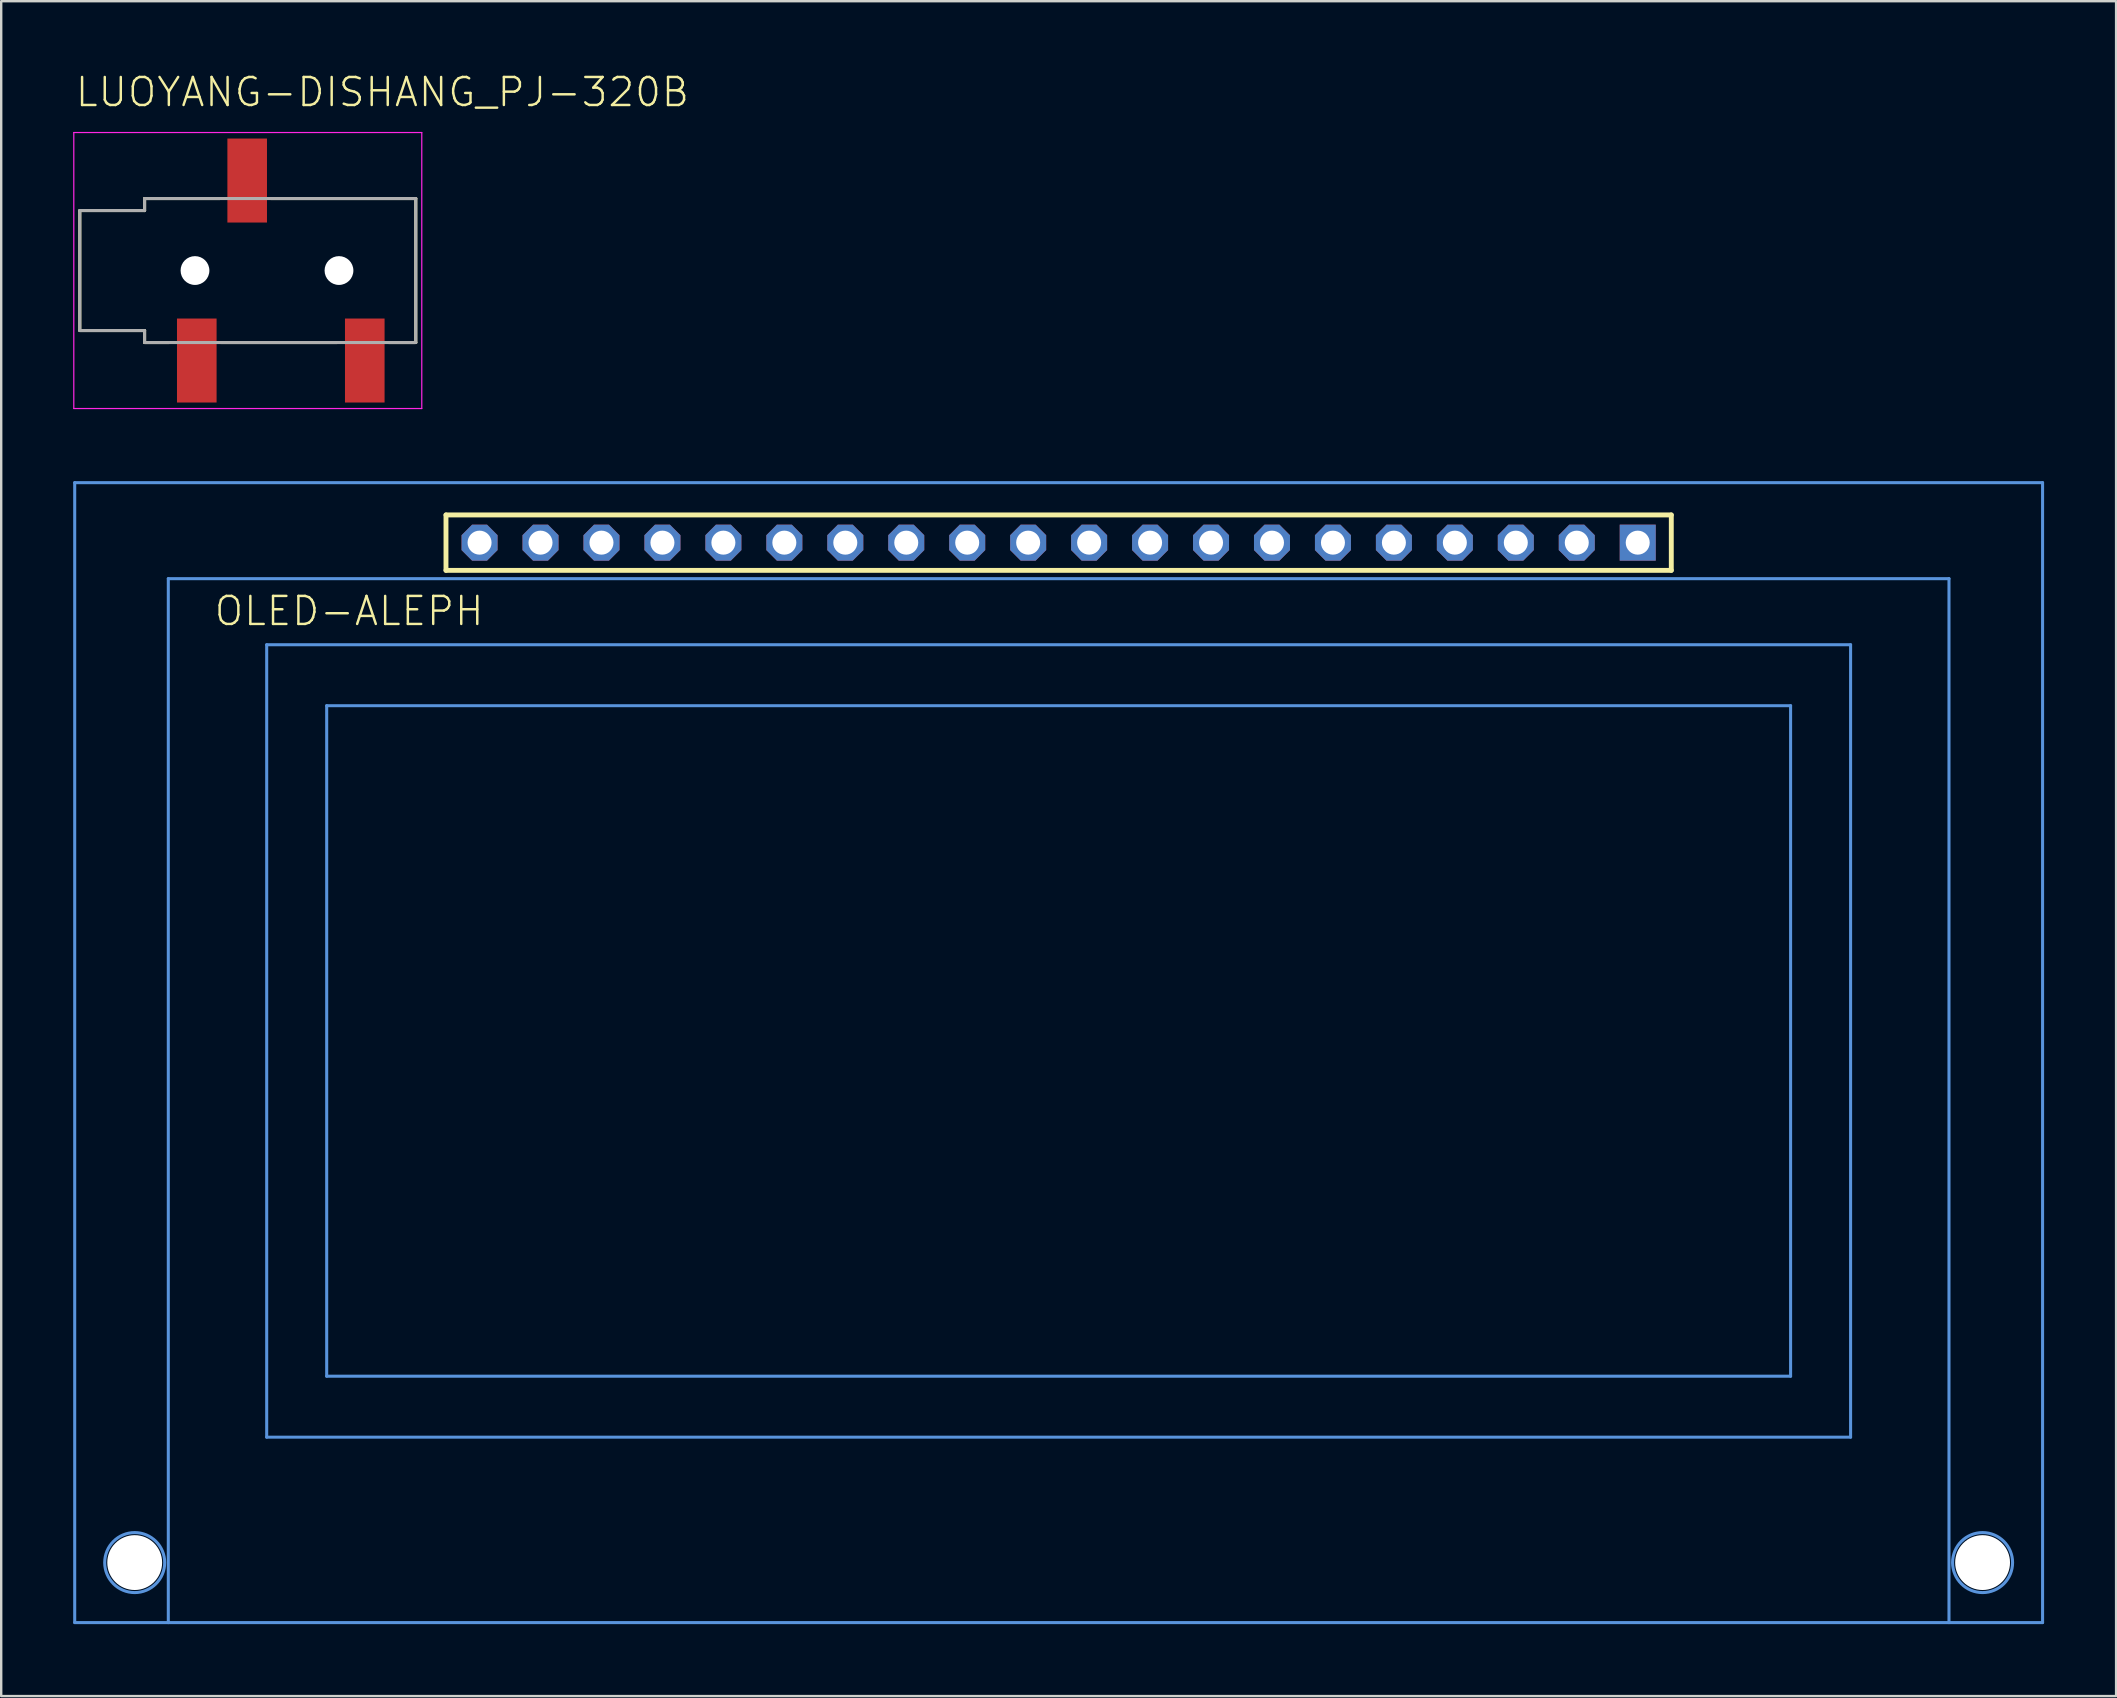
<source format=kicad_pcb>
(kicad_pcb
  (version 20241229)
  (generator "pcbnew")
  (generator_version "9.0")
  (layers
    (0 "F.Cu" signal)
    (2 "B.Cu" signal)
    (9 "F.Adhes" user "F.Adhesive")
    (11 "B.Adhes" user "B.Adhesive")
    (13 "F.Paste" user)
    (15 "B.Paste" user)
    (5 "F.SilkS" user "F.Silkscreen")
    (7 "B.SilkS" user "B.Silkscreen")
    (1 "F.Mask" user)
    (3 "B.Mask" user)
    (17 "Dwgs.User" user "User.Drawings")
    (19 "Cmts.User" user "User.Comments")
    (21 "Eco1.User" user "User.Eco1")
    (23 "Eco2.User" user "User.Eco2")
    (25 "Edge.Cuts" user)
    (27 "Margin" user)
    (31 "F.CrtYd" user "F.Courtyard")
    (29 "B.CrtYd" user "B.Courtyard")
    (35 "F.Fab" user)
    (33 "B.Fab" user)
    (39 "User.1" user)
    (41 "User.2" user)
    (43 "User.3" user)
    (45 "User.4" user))
  (footprint "LUOYANG-DISHANG_PJ-320B"
    (layer "F.Cu")
    (at 5.075 8.223)
    (property "Reference" "LUOYANG-DISHANG_PJ-320B" (at -5.05 -6.75 0) (layer "F.SilkS") (effects (font (size 1.168 1.168) (thickness 0.102)) (justify left bottom)))
    (fp_line (start -4.8 -2.5) (end -2.1 -2.5) (stroke (width 0.127) (type solid)) (layer "F.SilkS"))
    (fp_line (start -4.8 2.5) (end -4.8 -2.5) (stroke (width 0.127) (type solid)) (layer "F.SilkS"))
    (fp_line (start -2.1 -3) (end 1.03 -3) (stroke (width 0.127) (type solid)) (layer "F.SilkS"))
    (fp_line (start -2.1 -2.5) (end -2.1 -3) (stroke (width 0.127) (type solid)) (layer "F.SilkS"))
    (fp_line (start -2.1 2.5) (end -4.8 2.5) (stroke (width 0.127) (type solid)) (layer "F.SilkS"))
    (fp_line (start -2.1 3) (end -2.1 2.5) (stroke (width 0.127) (type solid)) (layer "F.SilkS"))
    (fp_line (start -1.07 3) (end -2.1 3) (stroke (width 0.127) (type solid)) (layer "F.SilkS"))
    (fp_line (start 1.07 3) (end 5.93 3) (stroke (width 0.127) (type solid)) (layer "F.SilkS"))
    (fp_line (start 3.17 -3) (end 9.2 -3) (stroke (width 0.127) (type solid)) (layer "F.SilkS"))
    (fp_line (start 9.2 -3) (end 9.2 3) (stroke (width 0.127) (type solid)) (layer "F.SilkS"))
    (fp_line (start 9.2 3) (end 8.07 3) (stroke (width 0.127) (type solid)) (layer "F.SilkS"))
    (fp_line (start -5.05 -5.75) (end -5.05 5.75) (stroke (width 0.05) (type solid)) (layer "F.CrtYd"))
    (fp_line (start -5.05 5.75) (end 9.45 5.75) (stroke (width 0.05) (type solid)) (layer "F.CrtYd"))
    (fp_line (start 9.45 -5.75) (end -5.05 -5.75) (stroke (width 0.05) (type solid)) (layer "F.CrtYd"))
    (fp_line (start 9.45 5.75) (end 9.45 -5.75) (stroke (width 0.05) (type solid)) (layer "F.CrtYd"))
    (fp_line (start -4.8 -2.5) (end -2.1 -2.5) (stroke (width 0.127) (type solid)) (layer "F.Fab"))
    (fp_line (start -4.8 2.5) (end -4.8 -2.5) (stroke (width 0.127) (type solid)) (layer "F.Fab"))
    (fp_line (start -2.1 -3) (end 9.2 -3) (stroke (width 0.127) (type solid)) (layer "F.Fab"))
    (fp_line (start -2.1 -2.5) (end -2.1 -3) (stroke (width 0.127) (type solid)) (layer "F.Fab"))
    (fp_line (start -2.1 2.5) (end -4.8 2.5) (stroke (width 0.127) (type solid)) (layer "F.Fab"))
    (fp_line (start -2.1 3) (end -2.1 2.5) (stroke (width 0.127) (type solid)) (layer "F.Fab"))
    (fp_line (start 9.2 -3) (end 9.2 3) (stroke (width 0.127) (type solid)) (layer "F.Fab"))
    (fp_line (start 9.2 3) (end -2.1 3) (stroke (width 0.127) (type solid)) (layer "F.Fab"))
    (pad "" np_thru_hole circle (at 0 0) (size 1.2 1.2) (drill 1.2) (layers "*.Cu" "*.Mask"))
    (pad "" np_thru_hole circle (at 6 0) (size 1.2 1.2) (drill 1.2) (layers "*.Cu" "*.Mask"))
    (pad "2" smd rect (at 7.075 3.75) (size 1.65 3.5) (layers "F.Cu" "F.Mask" "F.Paste"))
    (pad "3" smd rect (at 2.175 -3.75) (size 1.65 3.5) (layers "F.Cu" "F.Mask" "F.Paste"))
    (pad "4" smd rect (at 0.075 3.75) (size 1.65 3.5) (layers "F.Cu" "F.Mask" "F.Paste")))
  (footprint "OLED-ALEPH"
    (layer "F.Cu")
    (at 41.063 40.812)
    (property "Reference" "OLED-ALEPH" (at -35.25 -17.715 0) (layer "F.SilkS") (effects (font (size 1.168 1.168) (thickness 0.102)) (justify left bottom)))
    (fp_line (start -25.529 -22.405) (end 25.529 -22.405) (stroke (width 0.203) (type solid)) (layer "F.SilkS"))
    (fp_line (start -25.529 -20.095) (end -25.529 -22.405) (stroke (width 0.203) (type solid)) (layer "F.SilkS"))
    (fp_line (start 25.529 -22.405) (end 25.529 -20.095) (stroke (width 0.203) (type solid)) (layer "F.SilkS"))
    (fp_line (start 25.529 -20.095) (end -25.529 -20.095) (stroke (width 0.203) (type solid)) (layer "F.SilkS"))
    (fp_line (start -41 -23.75) (end -41 23.75) (stroke (width 0.127) (type solid)) (layer "Cmts.User"))
    (fp_line (start -37.1 -19.75) (end -37.1 23.75) (stroke (width 0.127) (type solid)) (layer "Cmts.User"))
    (fp_line (start -37.1 23.75) (end -41 23.75) (stroke (width 0.127) (type solid)) (layer "Cmts.User"))
    (fp_line (start -33 -16.996) (end 33 -16.996) (stroke (width 0.127) (type solid)) (layer "Cmts.User"))
    (fp_line (start -33 16.024) (end -33 -16.996) (stroke (width 0.127) (type solid)) (layer "Cmts.User"))
    (fp_line (start -30.5 -14.456) (end 30.5 -14.456) (stroke (width 0.127) (type solid)) (layer "Cmts.User"))
    (fp_line (start -30.5 13.484) (end -30.5 -14.456) (stroke (width 0.127) (type solid)) (layer "Cmts.User"))
    (fp_line (start 30.5 -14.456) (end 30.5 13.484) (stroke (width 0.127) (type solid)) (layer "Cmts.User"))
    (fp_line (start 30.5 13.484) (end -30.5 13.484) (stroke (width 0.127) (type solid)) (layer "Cmts.User"))
    (fp_line (start 33 -16.996) (end 33 16.024) (stroke (width 0.127) (type solid)) (layer "Cmts.User"))
    (fp_line (start 33 16.024) (end -33 16.024) (stroke (width 0.127) (type solid)) (layer "Cmts.User"))
    (fp_line (start 37.1 -19.75) (end -37.1 -19.75) (stroke (width 0.127) (type solid)) (layer "Cmts.User"))
    (fp_line (start 37.1 23.75) (end -37.1 23.75) (stroke (width 0.127) (type solid)) (layer "Cmts.User"))
    (fp_line (start 37.1 23.75) (end 37.1 -19.75) (stroke (width 0.127) (type solid)) (layer "Cmts.User"))
    (fp_line (start 41 -23.75) (end -41 -23.75) (stroke (width 0.127) (type solid)) (layer "Cmts.User"))
    (fp_line (start 41 -23.75) (end 41 23.75) (stroke (width 0.127) (type solid)) (layer "Cmts.User"))
    (fp_line (start 41 23.75) (end 37.1 23.75) (stroke (width 0.127) (type solid)) (layer "Cmts.User"))
    (fp_circle (center -38.5 21.25) (end -37.25 21.25) (stroke (width 0.127) (type solid)) (fill no) (layer "Cmts.User"))
    (fp_circle (center 38.5 21.25) (end 39.75 21.25) (stroke (width 0.127) (type solid)) (fill no) (layer "Cmts.User"))
    (pad "" np_thru_hole circle (at -38.5 21.25) (size 2.286 2.286) (drill 2.286) (layers "*.Cu" "*.Mask"))
    (pad "" np_thru_hole circle (at 38.5 21.25) (size 2.286 2.286) (drill 2.286) (layers "*.Cu" "*.Mask"))
    (pad "1" thru_hole rect (at 24.13 -21.25 180) (size 1.5 1.5) (drill 1) (layers "*.Cu" "*.Mask"))
    (pad "2" thru_hole roundrect (at 21.59 -21.25 180) (size 1.5 1.5) (drill 1) (layers "*.Cu" "*.Mask") (roundrect_rratio 0.25) (chamfer_ratio 0.293) (chamfer top_left top_right bottom_left bottom_right))
    (pad "3" thru_hole roundrect (at 19.05 -21.25 180) (size 1.5 1.5) (drill 1) (layers "*.Cu" "*.Mask") (roundrect_rratio 0.25) (chamfer_ratio 0.293) (chamfer top_left top_right bottom_left bottom_right))
    (pad "4" thru_hole roundrect (at 16.51 -21.25 180) (size 1.5 1.5) (drill 1) (layers "*.Cu" "*.Mask") (roundrect_rratio 0.25) (chamfer_ratio 0.293) (chamfer top_left top_right bottom_left bottom_right))
    (pad "5" thru_hole roundrect (at 13.97 -21.25 180) (size 1.5 1.5) (drill 1) (layers "*.Cu" "*.Mask") (roundrect_rratio 0.25) (chamfer_ratio 0.293) (chamfer top_left top_right bottom_left bottom_right))
    (pad "6" thru_hole roundrect (at 11.43 -21.25 180) (size 1.5 1.5) (drill 1) (layers "*.Cu" "*.Mask") (roundrect_rratio 0.25) (chamfer_ratio 0.293) (chamfer top_left top_right bottom_left bottom_right))
    (pad "7" thru_hole roundrect (at 8.89 -21.25 180) (size 1.5 1.5) (drill 1) (layers "*.Cu" "*.Mask") (roundrect_rratio 0.25) (chamfer_ratio 0.293) (chamfer top_left top_right bottom_left bottom_right))
    (pad "8" thru_hole roundrect (at 6.35 -21.25 180) (size 1.5 1.5) (drill 1) (layers "*.Cu" "*.Mask") (roundrect_rratio 0.25) (chamfer_ratio 0.293) (chamfer top_left top_right bottom_left bottom_right))
    (pad "9" thru_hole roundrect (at 3.81 -21.25 180) (size 1.5 1.5) (drill 1) (layers "*.Cu" "*.Mask") (roundrect_rratio 0.25) (chamfer_ratio 0.293) (chamfer top_left top_right bottom_left bottom_right))
    (pad "10" thru_hole roundrect (at 1.27 -21.25 180) (size 1.5 1.5) (drill 1) (layers "*.Cu" "*.Mask") (roundrect_rratio 0.25) (chamfer_ratio 0.293) (chamfer top_left top_right bottom_left bottom_right))
    (pad "11" thru_hole roundrect (at -1.27 -21.25 180) (size 1.5 1.5) (drill 1) (layers "*.Cu" "*.Mask") (roundrect_rratio 0.25) (chamfer_ratio 0.293) (chamfer top_left top_right bottom_left bottom_right))
    (pad "12" thru_hole roundrect (at -3.81 -21.25 180) (size 1.5 1.5) (drill 1) (layers "*.Cu" "*.Mask") (roundrect_rratio 0.25) (chamfer_ratio 0.293) (chamfer top_left top_right bottom_left bottom_right))
    (pad "13" thru_hole roundrect (at -6.35 -21.25 180) (size 1.5 1.5) (drill 1) (layers "*.Cu" "*.Mask") (roundrect_rratio 0.25) (chamfer_ratio 0.293) (chamfer top_left top_right bottom_left bottom_right))
    (pad "14" thru_hole roundrect (at -8.89 -21.25 180) (size 1.5 1.5) (drill 1) (layers "*.Cu" "*.Mask") (roundrect_rratio 0.25) (chamfer_ratio 0.293) (chamfer top_left top_right bottom_left bottom_right))
    (pad "15" thru_hole roundrect (at -11.43 -21.25 180) (size 1.5 1.5) (drill 1) (layers "*.Cu" "*.Mask") (roundrect_rratio 0.25) (chamfer_ratio 0.293) (chamfer top_left top_right bottom_left bottom_right))
    (pad "16" thru_hole roundrect (at -13.97 -21.25 180) (size 1.5 1.5) (drill 1) (layers "*.Cu" "*.Mask") (roundrect_rratio 0.25) (chamfer_ratio 0.293) (chamfer top_left top_right bottom_left bottom_right))
    (pad "17" thru_hole roundrect (at -16.51 -21.25 180) (size 1.5 1.5) (drill 1) (layers "*.Cu" "*.Mask") (roundrect_rratio 0.25) (chamfer_ratio 0.293) (chamfer top_left top_right bottom_left bottom_right))
    (pad "18" thru_hole roundrect (at -19.05 -21.25 180) (size 1.5 1.5) (drill 1) (layers "*.Cu" "*.Mask") (roundrect_rratio 0.25) (chamfer_ratio 0.293) (chamfer top_left top_right bottom_left bottom_right))
    (pad "19" thru_hole roundrect (at -21.59 -21.25 180) (size 1.5 1.5) (drill 1) (layers "*.Cu" "*.Mask") (roundrect_rratio 0.25) (chamfer_ratio 0.293) (chamfer top_left top_right bottom_left bottom_right))
    (pad "20" thru_hole roundrect (at -24.13 -21.25 180) (size 1.5 1.5) (drill 1) (layers "*.Cu" "*.Mask") (roundrect_rratio 0.25) (chamfer_ratio 0.293) (chamfer top_left top_right bottom_left bottom_right)))
  (gr_rect
    (start -3 -3)
    (end 85.127 67.625)
    (stroke (width 0.1) (type default))
    (fill no)
    (layer "Edge.Cuts")))
</source>
